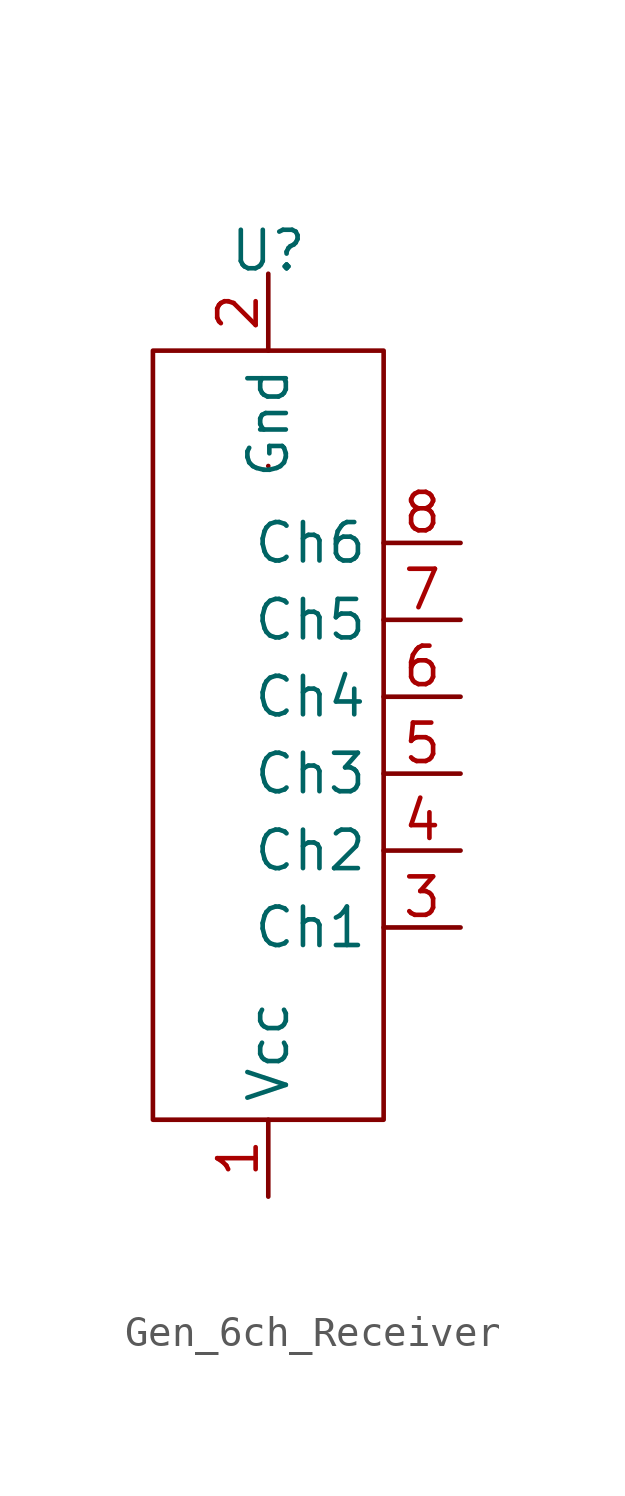
<source format=kicad_sym>
(kicad_symbol_lib
  (version 20241209)
  (generator "kicad_symbol_editor")
  (generator_version "9.0")
  (symbol "Gen_6ch_Receiver"
    (property "Reference" "U"
      (at 0 16.002 0)
      (effects (font (size 1.27 1.27))))
    (property "Value" ""
      (at 0 0 0)
      (effects (font (size 1.27 1.27))))
    (symbol "Gen_6ch_Receiver_0_1"
      (rectangle (start -3.81 12.7) (end 3.81 -12.7) (stroke (width 0) (type default)) (fill (type none)))
      (rectangle (start 0 8.89) (end 0 8.89) (stroke (width 0) (type default)) (fill (type none))))
    (symbol "Gen_6ch_Receiver_1_1"
      (pin power_in line (at 0 15.24 270) (length 2.54) (name "Gnd" (effects (font (size 1.27 1.27)))) (number "2" (effects (font (size 1.27 1.27)))))
      (pin power_in line (at 0 -15.24 90) (length 2.54) (name "Vcc" (effects (font (size 1.27 1.27)))) (number "1" (effects (font (size 1.27 1.27)))))
      (pin output line (at 6.35 6.35 180) (length 2.54) (name "Ch6" (effects (font (size 1.27 1.27)))) (number "8" (effects (font (size 1.27 1.27)))))
      (pin output line (at 6.35 3.81 180) (length 2.54) (name "Ch5" (effects (font (size 1.27 1.27)))) (number "7" (effects (font (size 1.27 1.27)))))
      (pin output line (at 6.35 1.27 180) (length 2.54) (name "Ch4" (effects (font (size 1.27 1.27)))) (number "6" (effects (font (size 1.27 1.27)))))
      (pin output line (at 6.35 -1.27 180) (length 2.54) (name "Ch3" (effects (font (size 1.27 1.27)))) (number "5" (effects (font (size 1.27 1.27)))))
      (pin output line (at 6.35 -3.81 180) (length 2.54) (name "Ch2" (effects (font (size 1.27 1.27)))) (number "4" (effects (font (size 1.27 1.27)))))
      (pin output line (at 6.35 -6.35 180) (length 2.54) (name "Ch1" (effects (font (size 1.27 1.27)))) (number "3" (effects (font (size 1.27 1.27))))))))
</source>
